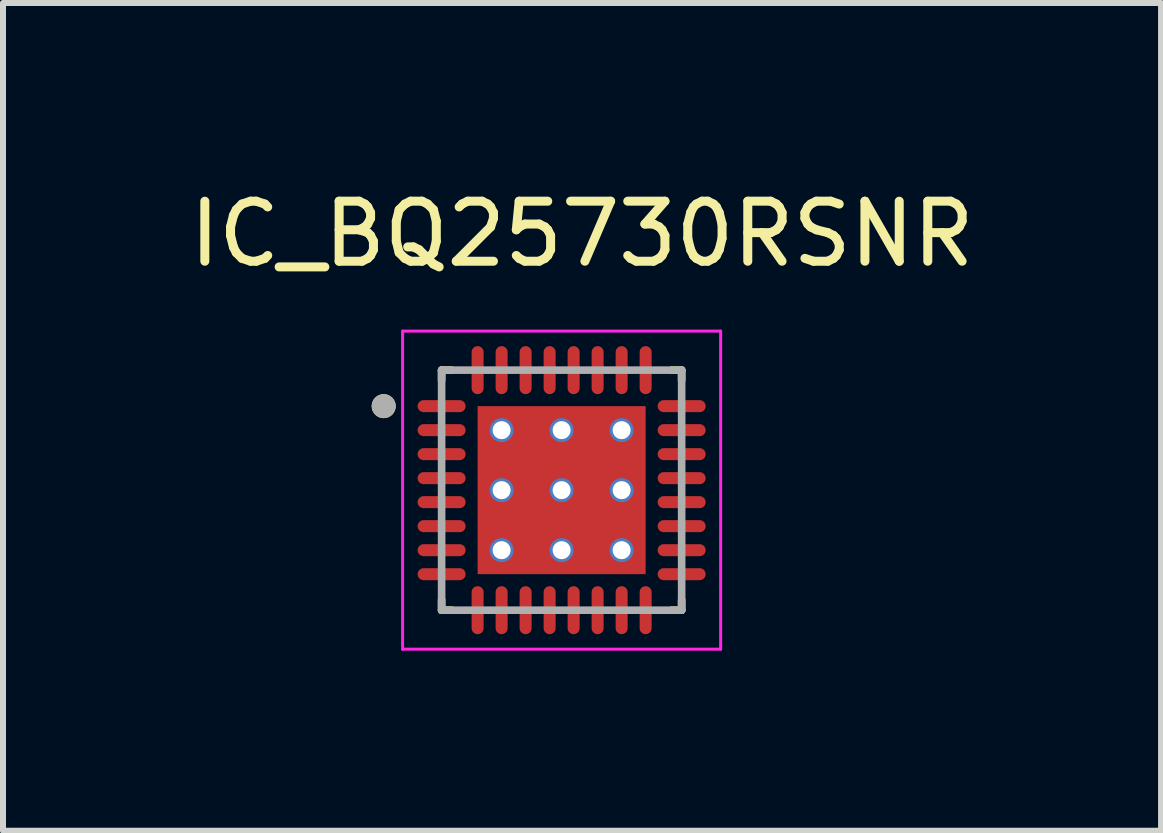
<source format=kicad_pcb>
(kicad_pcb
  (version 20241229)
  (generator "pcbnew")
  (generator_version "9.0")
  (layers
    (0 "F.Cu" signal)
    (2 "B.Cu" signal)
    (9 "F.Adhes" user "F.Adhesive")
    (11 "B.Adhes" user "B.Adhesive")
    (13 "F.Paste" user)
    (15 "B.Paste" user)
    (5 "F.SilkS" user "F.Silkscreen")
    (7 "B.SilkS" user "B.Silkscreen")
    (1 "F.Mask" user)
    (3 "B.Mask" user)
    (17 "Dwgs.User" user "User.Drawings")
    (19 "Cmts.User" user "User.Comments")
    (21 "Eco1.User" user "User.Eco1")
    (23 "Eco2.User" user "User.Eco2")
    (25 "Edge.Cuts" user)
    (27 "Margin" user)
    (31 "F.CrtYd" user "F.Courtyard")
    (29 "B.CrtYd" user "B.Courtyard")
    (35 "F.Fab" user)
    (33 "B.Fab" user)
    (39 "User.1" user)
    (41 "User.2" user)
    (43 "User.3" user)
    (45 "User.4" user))
  (footprint "IC_BQ25730RSNR"
    (layer "F.Cu")
    (at 6.309 5.118)
    (property "Reference" "IC_BQ25730RSNR" (at 0.34 -4.27 0) (layer "F.SilkS") (effects (font (size 1 1) (thickness 0.15))))
    (attr smd)
    (fp_line (start -2 -2) (end -2 -1.83) (stroke (width 0.127) (type solid)) (layer "F.SilkS"))
    (fp_line (start -2 -2) (end -1.83 -2) (stroke (width 0.127) (type solid)) (layer "F.SilkS"))
    (fp_line (start -2 2) (end -2 1.83) (stroke (width 0.127) (type solid)) (layer "F.SilkS"))
    (fp_line (start -2 2) (end -1.83 2) (stroke (width 0.127) (type solid)) (layer "F.SilkS"))
    (fp_line (start 2 -2) (end 1.83 -2) (stroke (width 0.127) (type solid)) (layer "F.SilkS"))
    (fp_line (start 2 -2) (end 2 -1.83) (stroke (width 0.127) (type solid)) (layer "F.SilkS"))
    (fp_line (start 2 2) (end 1.83 2) (stroke (width 0.127) (type solid)) (layer "F.SilkS"))
    (fp_line (start 2 2) (end 2 1.83) (stroke (width 0.127) (type solid)) (layer "F.SilkS"))
    (fp_circle (center -2.965 -1.4) (end -2.865 -1.4) (stroke (width 0.2) (type solid)) (fill no) (layer "F.SilkS"))
    (fp_poly (pts (xy -1.35 -1.35) (xy -0.15 -1.35) (xy -0.15 -0.15) (xy -1.35 -0.15)) (stroke (width 0.01) (type solid)) (fill yes) (layer "F.Paste"))
    (fp_poly (pts (xy -1.35 0.15) (xy -0.15 0.15) (xy -0.15 1.35) (xy -1.35 1.35)) (stroke (width 0.01) (type solid)) (fill yes) (layer "F.Paste"))
    (fp_poly (pts (xy 0.15 -1.35) (xy 1.35 -1.35) (xy 1.35 -0.15) (xy 0.15 -0.15)) (stroke (width 0.01) (type solid)) (fill yes) (layer "F.Paste"))
    (fp_poly (pts (xy 0.15 0.15) (xy 1.35 0.15) (xy 1.35 1.35) (xy 0.15 1.35)) (stroke (width 0.01) (type solid)) (fill yes) (layer "F.Paste"))
    (fp_line (start -2.65 -2.65) (end 2.65 -2.65) (stroke (width 0.05) (type solid)) (layer "F.CrtYd"))
    (fp_line (start -2.65 2.65) (end -2.65 -2.65) (stroke (width 0.05) (type solid)) (layer "F.CrtYd"))
    (fp_line (start -2.65 2.65) (end 2.65 2.65) (stroke (width 0.05) (type solid)) (layer "F.CrtYd"))
    (fp_line (start 2.65 2.65) (end 2.65 -2.65) (stroke (width 0.05) (type solid)) (layer "F.CrtYd"))
    (fp_line (start -2 2) (end -2 -2) (stroke (width 0.127) (type solid)) (layer "F.Fab"))
    (fp_line (start 2 -2) (end -2 -2) (stroke (width 0.127) (type solid)) (layer "F.Fab"))
    (fp_line (start 2 2) (end -2 2) (stroke (width 0.127) (type solid)) (layer "F.Fab"))
    (fp_line (start 2 2) (end 2 -2) (stroke (width 0.127) (type solid)) (layer "F.Fab"))
    (fp_circle (center -2.965 -1.4) (end -2.865 -1.4) (stroke (width 0.2) (type solid)) (fill no) (layer "F.Fab"))
    (pad "1" smd oval (at -2 -1.4) (size 0.8 0.2) (layers "F.Cu" "F.Mask" "F.Paste"))
    (pad "2" smd oval (at -2 -1) (size 0.8 0.2) (layers "F.Cu" "F.Mask" "F.Paste"))
    (pad "3" smd oval (at -2 -0.6) (size 0.8 0.2) (layers "F.Cu" "F.Mask" "F.Paste"))
    (pad "4" smd oval (at -2 -0.2) (size 0.8 0.2) (layers "F.Cu" "F.Mask" "F.Paste"))
    (pad "5" smd oval (at -2 0.2) (size 0.8 0.2) (layers "F.Cu" "F.Mask" "F.Paste"))
    (pad "6" smd oval (at -2 0.6) (size 0.8 0.2) (layers "F.Cu" "F.Mask" "F.Paste"))
    (pad "7" smd oval (at -2 1) (size 0.8 0.2) (layers "F.Cu" "F.Mask" "F.Paste"))
    (pad "8" smd oval (at -2 1.4) (size 0.8 0.2) (layers "F.Cu" "F.Mask" "F.Paste"))
    (pad "9" smd oval (at -1.4 2) (size 0.2 0.8) (layers "F.Cu" "F.Mask" "F.Paste"))
    (pad "10" smd oval (at -1 2) (size 0.2 0.8) (layers "F.Cu" "F.Mask" "F.Paste"))
    (pad "11" smd oval (at -0.6 2) (size 0.2 0.8) (layers "F.Cu" "F.Mask" "F.Paste"))
    (pad "12" smd oval (at -0.2 2) (size 0.2 0.8) (layers "F.Cu" "F.Mask" "F.Paste"))
    (pad "13" smd oval (at 0.2 2) (size 0.2 0.8) (layers "F.Cu" "F.Mask" "F.Paste"))
    (pad "14" smd oval (at 0.6 2) (size 0.2 0.8) (layers "F.Cu" "F.Mask" "F.Paste"))
    (pad "15" smd oval (at 1 2) (size 0.2 0.8) (layers "F.Cu" "F.Mask" "F.Paste"))
    (pad "16" smd oval (at 1.4 2) (size 0.2 0.8) (layers "F.Cu" "F.Mask" "F.Paste"))
    (pad "17" smd oval (at 2 1.4) (size 0.8 0.2) (layers "F.Cu" "F.Mask" "F.Paste"))
    (pad "18" smd oval (at 2 1) (size 0.8 0.2) (layers "F.Cu" "F.Mask" "F.Paste"))
    (pad "19" smd oval (at 2 0.6) (size 0.8 0.2) (layers "F.Cu" "F.Mask" "F.Paste"))
    (pad "20" smd oval (at 2 0.2) (size 0.8 0.2) (layers "F.Cu" "F.Mask" "F.Paste"))
    (pad "21" smd oval (at 2 -0.2) (size 0.8 0.2) (layers "F.Cu" "F.Mask" "F.Paste"))
    (pad "22" smd oval (at 2 -0.6) (size 0.8 0.2) (layers "F.Cu" "F.Mask" "F.Paste"))
    (pad "23" smd oval (at 2 -1) (size 0.8 0.2) (layers "F.Cu" "F.Mask" "F.Paste"))
    (pad "24" smd oval (at 2 -1.4) (size 0.8 0.2) (layers "F.Cu" "F.Mask" "F.Paste"))
    (pad "25" smd oval (at 1.4 -2) (size 0.2 0.8) (layers "F.Cu" "F.Mask" "F.Paste"))
    (pad "26" smd oval (at 1 -2) (size 0.2 0.8) (layers "F.Cu" "F.Mask" "F.Paste"))
    (pad "27" smd oval (at 0.6 -2) (size 0.2 0.8) (layers "F.Cu" "F.Mask" "F.Paste"))
    (pad "28" smd oval (at 0.2 -2) (size 0.2 0.8) (layers "F.Cu" "F.Mask" "F.Paste"))
    (pad "29" smd oval (at -0.2 -2) (size 0.2 0.8) (layers "F.Cu" "F.Mask" "F.Paste"))
    (pad "30" smd oval (at -0.6 -2) (size 0.2 0.8) (layers "F.Cu" "F.Mask" "F.Paste"))
    (pad "31" smd oval (at -1 -2) (size 0.2 0.8) (layers "F.Cu" "F.Mask" "F.Paste"))
    (pad "32" smd oval (at -1.4 -2) (size 0.2 0.8) (layers "F.Cu" "F.Mask" "F.Paste"))
    (pad "33" smd rect (at 0 0) (size 2.8 2.8) (layers "F.Cu" "F.Mask"))
    (pad "34" thru_hole circle (at -1 -1) (size 0.4 0.4) (drill 0.3) (layers "*.Cu"))
    (pad "35" thru_hole circle (at 0 -1) (size 0.4 0.4) (drill 0.3) (layers "*.Cu"))
    (pad "36" thru_hole circle (at 1 -1) (size 0.4 0.4) (drill 0.3) (layers "*.Cu"))
    (pad "37" thru_hole circle (at -1 0) (size 0.4 0.4) (drill 0.3) (layers "*.Cu"))
    (pad "38" thru_hole circle (at 0 0) (size 0.4 0.4) (drill 0.3) (layers "*.Cu"))
    (pad "39" thru_hole circle (at 1 0) (size 0.4 0.4) (drill 0.3) (layers "*.Cu"))
    (pad "40" thru_hole circle (at -1 1) (size 0.4 0.4) (drill 0.3) (layers "*.Cu"))
    (pad "41" thru_hole circle (at 0 1) (size 0.4 0.4) (drill 0.3) (layers "*.Cu"))
    (pad "42" thru_hole circle (at 1 1) (size 0.4 0.4) (drill 0.3) (layers "*.Cu")))
  (gr_rect
    (start -3 -3)
    (end 16.298 10.793)
    (stroke (width 0.1) (type default))
    (fill no)
    (layer "Edge.Cuts")))
</source>
